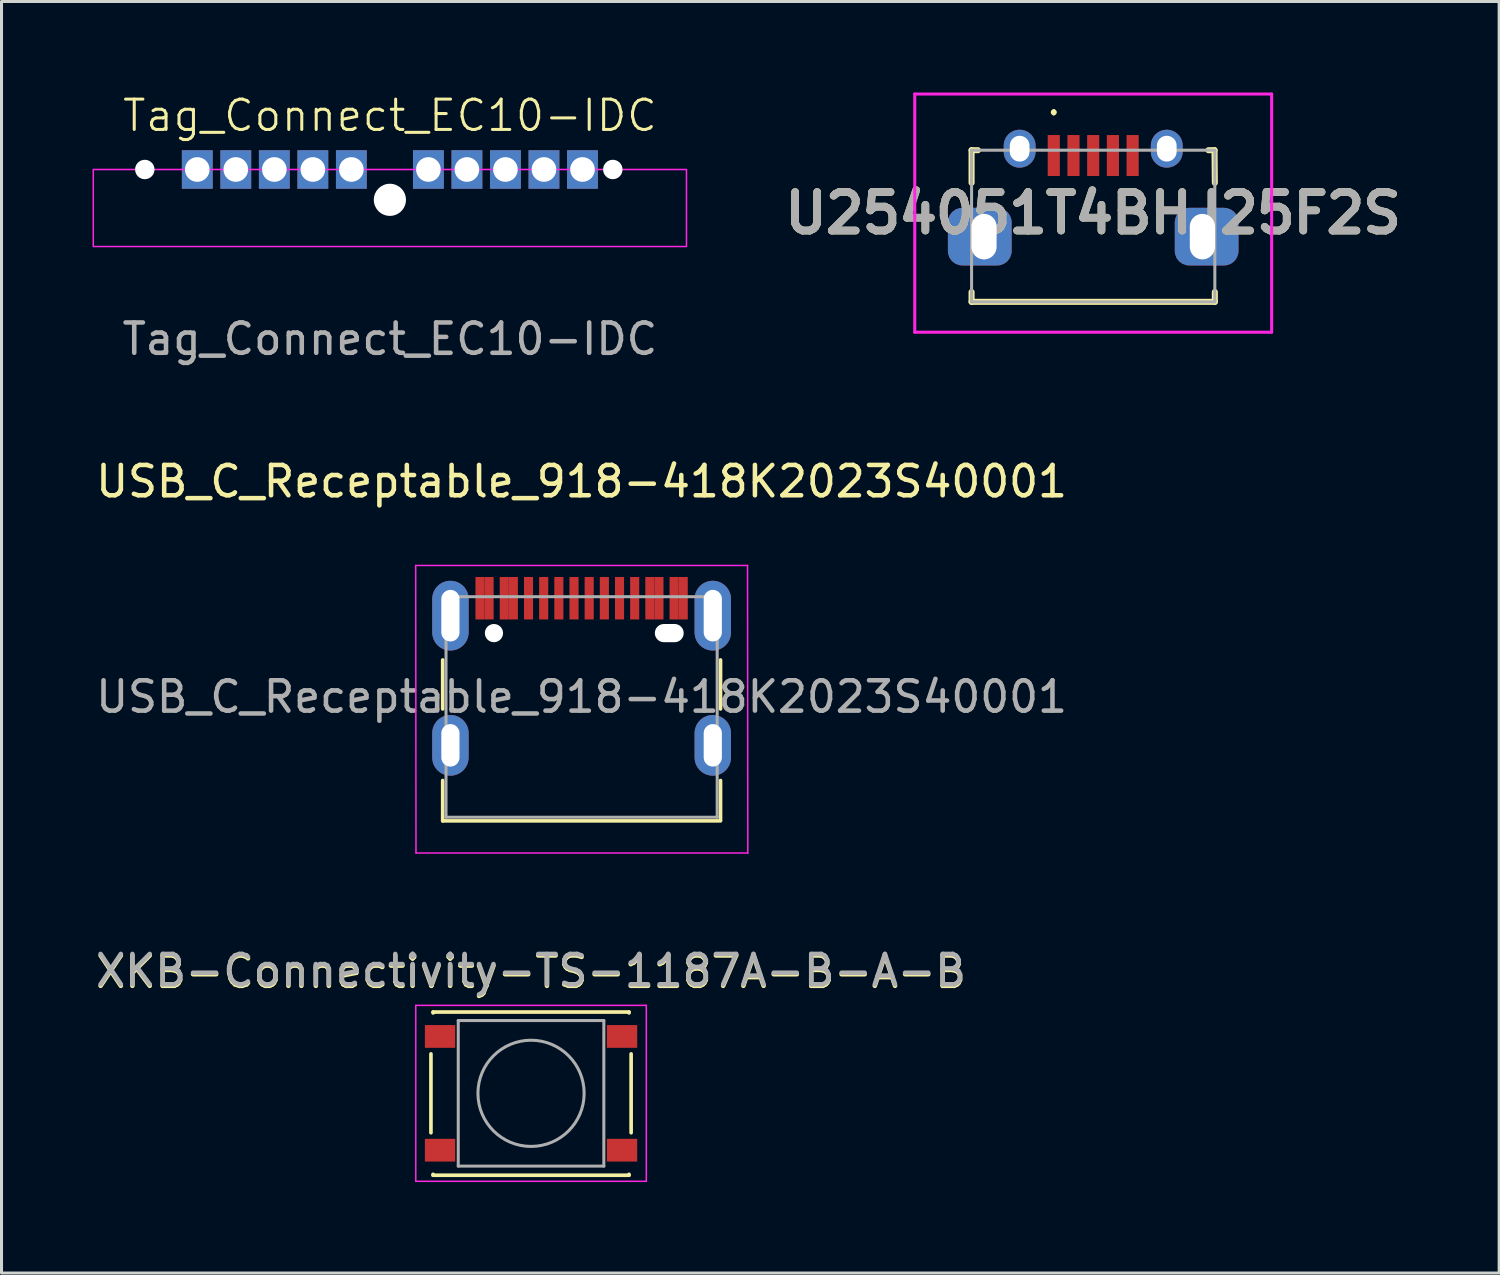
<source format=kicad_pcb>
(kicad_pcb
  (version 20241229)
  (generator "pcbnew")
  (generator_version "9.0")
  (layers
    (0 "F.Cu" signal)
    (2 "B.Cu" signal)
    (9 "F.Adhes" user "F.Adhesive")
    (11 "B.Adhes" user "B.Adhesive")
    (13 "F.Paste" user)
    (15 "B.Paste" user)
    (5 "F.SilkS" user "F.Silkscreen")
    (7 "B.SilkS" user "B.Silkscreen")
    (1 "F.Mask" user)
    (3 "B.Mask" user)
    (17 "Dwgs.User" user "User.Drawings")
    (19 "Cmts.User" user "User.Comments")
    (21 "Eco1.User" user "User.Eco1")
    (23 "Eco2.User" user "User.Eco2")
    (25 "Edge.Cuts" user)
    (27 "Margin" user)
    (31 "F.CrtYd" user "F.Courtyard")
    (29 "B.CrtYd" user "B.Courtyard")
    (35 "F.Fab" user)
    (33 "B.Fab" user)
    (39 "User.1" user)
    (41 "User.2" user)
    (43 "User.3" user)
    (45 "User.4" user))
  (footprint "USB_C_Receptable_918-418K2023S40001"
    (layer "F.Cu")
    (at 16.125 17.823)
    (property "Reference" "USB_C_Receptable_918-418K2023S40001" (at 0 -5 0) (layer "F.SilkS") (effects (font (size 1 1) (thickness 0.15))))
    (attr smd)
    (fp_line (start -4.58 0.885) (end -4.58 2.5) (stroke (width 0.12) (type solid)) (layer "F.SilkS"))
    (fp_line (start -4.58 4.86) (end -4.58 6.19) (stroke (width 0.12) (type solid)) (layer "F.SilkS"))
    (fp_line (start -4.58 6.19) (end 4.58 6.19) (stroke (width 0.12) (type solid)) (layer "F.SilkS"))
    (fp_line (start 4.58 0.885) (end 4.58 2.5) (stroke (width 0.12) (type solid)) (layer "F.SilkS"))
    (fp_line (start 4.58 4.86) (end 4.58 6.16) (stroke (width 0.12) (type solid)) (layer "F.SilkS"))
    (fp_line (start -5.47 -2.23) (end -5.46 7.25) (stroke (width 0.05) (type solid)) (layer "F.CrtYd"))
    (fp_line (start -5.47 -2.23) (end 5.47 -2.23) (stroke (width 0.05) (type solid)) (layer "F.CrtYd"))
    (fp_line (start -5.46 7.25) (end 5.48 7.25) (stroke (width 0.05) (type solid)) (layer "F.CrtYd"))
    (fp_line (start 5.47 -2.23) (end 5.48 7.25) (stroke (width 0.05) (type solid)) (layer "F.CrtYd"))
    (fp_line (start -4.47 -1.2) (end -4.47 6.07) (stroke (width 0.1) (type solid)) (layer "F.Fab"))
    (fp_line (start -4.47 -1.2) (end 4.47 -1.2) (stroke (width 0.1) (type solid)) (layer "F.Fab"))
    (fp_line (start -4.47 6.07) (end 4.47 6.07) (stroke (width 0.1) (type solid)) (layer "F.Fab"))
    (fp_line (start 4.47 -1.2) (end 4.47 6.07) (stroke (width 0.1) (type solid)) (layer "F.Fab"))
    (fp_text user "${REFERENCE}" (at 0 2.1 0) (layer "F.Fab") (effects (font (size 1 1) (thickness 0.15))))
    (pad "" np_thru_hole circle (at -2.89 0) (size 0.6 0.6) (drill 0.6) (layers "*.Cu" "*.Mask"))
    (pad "" np_thru_hole oval (at 2.89 0) (size 0.95 0.6) (drill oval 0.95 0.6) (layers "*.Cu" "*.Mask"))
    (pad "A1" smd rect (at -3.35 -1.15) (size 0.3 1.4) (layers "F.Cu" "F.Mask" "F.Paste"))
    (pad "A4" smd rect (at -2.55 -1.15) (size 0.3 1.4) (layers "F.Cu" "F.Mask" "F.Paste"))
    (pad "A5" smd rect (at -1.25 -1.15) (size 0.3 1.4) (layers "F.Cu" "F.Mask" "F.Paste"))
    (pad "A6" smd rect (at -0.25 -1.15) (size 0.3 1.4) (layers "F.Cu" "F.Mask" "F.Paste"))
    (pad "A7" smd rect (at 0.25 -1.15) (size 0.3 1.4) (layers "F.Cu" "F.Mask" "F.Paste"))
    (pad "A8" smd rect (at 1.25 -1.15) (size 0.3 1.4) (layers "F.Cu" "F.Mask" "F.Paste"))
    (pad "A9" smd rect (at 2.55 -1.15) (size 0.3 1.4) (layers "F.Cu" "F.Mask" "F.Paste"))
    (pad "A12" smd rect (at 3.35 -1.15) (size 0.3 1.4) (layers "F.Cu" "F.Mask" "F.Paste"))
    (pad "B1" smd rect (at 3.05 -1.15) (size 0.3 1.4) (layers "F.Cu" "F.Mask" "F.Paste"))
    (pad "B4" smd rect (at 2.25 -1.15) (size 0.3 1.4) (layers "F.Cu" "F.Mask" "F.Paste"))
    (pad "B5" smd rect (at 1.75 -1.15) (size 0.3 1.4) (layers "F.Cu" "F.Mask" "F.Paste"))
    (pad "B6" smd rect (at 0.75 -1.15) (size 0.3 1.4) (layers "F.Cu" "F.Mask" "F.Paste"))
    (pad "B7" smd rect (at -0.75 -1.15) (size 0.3 1.4) (layers "F.Cu" "F.Mask" "F.Paste"))
    (pad "B8" smd rect (at -1.75 -1.15) (size 0.3 1.4) (layers "F.Cu" "F.Mask" "F.Paste"))
    (pad "B9" smd rect (at -2.25 -1.15) (size 0.3 1.4) (layers "F.Cu" "F.Mask" "F.Paste"))
    (pad "B12" smd rect (at -3.05 -1.15) (size 0.3 1.4) (layers "F.Cu" "F.Mask" "F.Paste"))
    (pad "S1" thru_hole oval (at -4.325 -0.575) (size 1.2 2.3) (drill oval 0.6 1.7) (layers "*.Cu" "*.Mask"))
    (pad "S1" thru_hole oval (at -4.325 3.7) (size 1.2 2) (drill oval 0.6 1.4) (layers "*.Cu" "*.Mask"))
    (pad "S1" thru_hole oval (at 4.325 -0.575) (size 1.2 2.3) (drill oval 0.6 1.7) (layers "*.Cu" "*.Mask"))
    (pad "S1" thru_hole oval (at 4.325 3.7) (size 1.2 2) (drill oval 0.6 1.4) (layers "*.Cu" "*.Mask")))
  (footprint "XKB-Connectivity-TS-1187A-B-A-B"
    (layer "F.Cu")
    (at 14.458 32.996)
    (property "Reference" "XKB-Connectivity-TS-1187A-B-A-B" (at 0 -4 0) (layer "F.SilkS") (effects (font (size 1 1) (thickness 0.15))))
    (attr smd)
    (fp_line (start -3.3 -1.3) (end -3.3 1.3) (stroke (width 0.12) (type solid)) (layer "F.SilkS"))
    (fp_line (start -3.23 -2.68) (end 3.23 -2.68) (stroke (width 0.12) (type solid)) (layer "F.SilkS"))
    (fp_line (start -3.23 -2.65) (end -3.23 -2.68) (stroke (width 0.12) (type solid)) (layer "F.SilkS"))
    (fp_line (start -3.23 2.7) (end -3.23 2.67) (stroke (width 0.12) (type solid)) (layer "F.SilkS"))
    (fp_line (start -3.23 2.7) (end 3.23 2.7) (stroke (width 0.12) (type solid)) (layer "F.SilkS"))
    (fp_line (start 3.23 -2.68) (end 3.23 -2.65) (stroke (width 0.12) (type solid)) (layer "F.SilkS"))
    (fp_line (start 3.23 2.7) (end 3.23 2.67) (stroke (width 0.12) (type solid)) (layer "F.SilkS"))
    (fp_line (start 3.3 -1.3) (end 3.3 1.3) (stroke (width 0.12) (type solid)) (layer "F.SilkS"))
    (fp_line (start -3.8 -2.9) (end -3.8 2.9) (stroke (width 0.05) (type solid)) (layer "F.CrtYd"))
    (fp_line (start -3.8 -2.9) (end 3.8 -2.9) (stroke (width 0.05) (type solid)) (layer "F.CrtYd"))
    (fp_line (start -3.8 2.9) (end 3.8 2.9) (stroke (width 0.05) (type solid)) (layer "F.CrtYd"))
    (fp_line (start 3.8 2.9) (end 3.8 -2.9) (stroke (width 0.05) (type solid)) (layer "F.CrtYd"))
    (fp_line (start -2.4 -2.4) (end -2.4 2.4) (stroke (width 0.1) (type solid)) (layer "F.Fab"))
    (fp_line (start -2.4 2.4) (end 2.4 2.4) (stroke (width 0.1) (type solid)) (layer "F.Fab"))
    (fp_line (start 2.4 -2.4) (end -2.4 -2.4) (stroke (width 0.1) (type solid)) (layer "F.Fab"))
    (fp_line (start 2.4 2.4) (end 2.4 -2.4) (stroke (width 0.1) (type solid)) (layer "F.Fab"))
    (fp_circle (center 0 0) (end 1.75 -0.05) (stroke (width 0.1) (type solid)) (fill no) (layer "F.Fab"))
    (fp_text user "${REFERENCE}" (at 0 -4.05 0) (layer "F.Fab") (effects (font (size 1 1) (thickness 0.15))))
    (pad "1" smd rect (at -3 -1.875) (size 1 0.75) (layers "F.Cu" "F.Mask" "F.Paste"))
    (pad "1" smd rect (at 3 -1.875) (size 1 0.75) (layers "F.Cu" "F.Mask" "F.Paste"))
    (pad "2" smd rect (at -3 1.875) (size 1 0.75) (layers "F.Cu" "F.Mask" "F.Paste"))
    (pad "2" smd rect (at 3 1.875) (size 1 0.75) (layers "F.Cu" "F.Mask" "F.Paste")))
  (footprint "Tag_Connect_EC10-IDC"
    (layer "F.Cu")
    (at 9.804 2.538)
    (property "Reference" "Tag_Connect_EC10-IDC" (at 0 -1.778 0) (unlocked yes) (layer "F.SilkS") (effects (font (size 1 1) (thickness 0.1))))
    (attr through_hole exclude_from_pos_files exclude_from_bom)
    (fp_rect (start -9.779 0) (end 9.779 2.54) (stroke (width 0.05) (type default)) (fill no) (layer "F.CrtYd"))
    (fp_text user "${REFERENCE}" (at 0 5.588 0) (unlocked yes) (layer "F.Fab") (effects (font (size 1 1) (thickness 0.15))))
    (pad "" np_thru_hole circle (at -8.08 0) (size 0.64 0.64) (drill 0.64) (layers "*.Cu" "*.Mask"))
    (pad "" np_thru_hole circle (at 0 1) (size 1.06 1.06) (drill 1.06) (layers "*.Cu"))
    (pad "" np_thru_hole circle (at 7.35 0) (size 0.64 0.64) (drill 0.64) (layers "*.Cu"))
    (pad "1" thru_hole rect (at -6.35 0) (size 1.016 1.27) (drill 0.813) (property pad_prop_castellated) (layers "*.Cu" "*.Mask"))
    (pad "2" thru_hole rect (at -5.08 0) (size 1.016 1.27) (drill 0.813) (property pad_prop_castellated) (layers "*.Cu" "*.Mask"))
    (pad "3" thru_hole rect (at -3.81 0) (size 1.016 1.27) (drill 0.813) (property pad_prop_castellated) (layers "*.Cu" "*.Mask"))
    (pad "4" thru_hole rect (at -2.54 0) (size 1.016 1.27) (drill 0.813) (property pad_prop_castellated) (layers "*.Cu" "*.Mask"))
    (pad "5" thru_hole rect (at -1.27 0) (size 1.016 1.27) (drill 0.813) (property pad_prop_castellated) (layers "*.Cu" "*.Mask"))
    (pad "6" thru_hole rect (at 1.27 0) (size 1.016 1.27) (drill 0.813) (property pad_prop_castellated) (layers "*.Cu" "*.Mask"))
    (pad "7" thru_hole rect (at 2.54 0) (size 1.016 1.27) (drill 0.813) (property pad_prop_castellated) (layers "*.Cu" "*.Mask"))
    (pad "8" thru_hole rect (at 3.81 0) (size 1.016 1.27) (drill 0.813) (property pad_prop_castellated) (layers "*.Cu" "*.Mask"))
    (pad "9" thru_hole rect (at 5.08 0) (size 1.016 1.27) (drill 0.813) (property pad_prop_castellated) (layers "*.Cu" "*.Mask"))
    (pad "10" thru_hole rect (at 6.35 0) (size 1.016 1.27) (drill 0.813) (property pad_prop_castellated) (layers "*.Cu" "*.Mask")))
  (footprint "U254051T4BHJ25F2S"
    (layer "F.Cu")
    (at 32.992 4.402)
    (property "Reference" "U254051T4BHJ25F2S" (at 0 -0.426 0) (layer "F.SilkS") (effects (font (size 1.27 1.27) (thickness 0.254))))
    (attr through_hole)
    (fp_line (start -4.01 -2.5) (end -3.8 -2.5) (stroke (width 0.2) (type solid)) (layer "F.SilkS"))
    (fp_line (start -4.01 -1.425) (end -4.01 -2.5) (stroke (width 0.2) (type solid)) (layer "F.SilkS"))
    (fp_line (start -4.01 2.175) (end -4.01 2.5) (stroke (width 0.2) (type solid)) (layer "F.SilkS"))
    (fp_line (start -4.01 2.5) (end 4.01 2.5) (stroke (width 0.2) (type solid)) (layer "F.SilkS"))
    (fp_line (start -1.3 -3.8) (end -1.3 -3.8) (stroke (width 0.1) (type solid)) (layer "F.SilkS"))
    (fp_line (start -1.3 -3.7) (end -1.3 -3.7) (stroke (width 0.1) (type solid)) (layer "F.SilkS"))
    (fp_line (start 3.8 -2.5) (end 4 -2.5) (stroke (width 0.2) (type solid)) (layer "F.SilkS"))
    (fp_line (start 4 -2.5) (end 4.01 -1.425) (stroke (width 0.2) (type solid)) (layer "F.SilkS"))
    (fp_line (start 4.01 2.5) (end 4.01 2.175) (stroke (width 0.2) (type solid)) (layer "F.SilkS"))
    (fp_arc (start -1.3 -3.8) (mid -1.25 -3.75) (end -1.3 -3.7) (stroke (width 0.1) (type solid)) (layer "F.SilkS"))
    (fp_arc (start -1.3 -3.7) (mid -1.35 -3.75) (end -1.3 -3.8) (stroke (width 0.1) (type solid)) (layer "F.SilkS"))
    (fp_line (start -5.883 -4.352) (end 5.883 -4.352) (stroke (width 0.1) (type solid)) (layer "F.CrtYd"))
    (fp_line (start -5.883 3.5) (end -5.883 -4.352) (stroke (width 0.1) (type solid)) (layer "F.CrtYd"))
    (fp_line (start 5.883 -4.352) (end 5.883 3.5) (stroke (width 0.1) (type solid)) (layer "F.CrtYd"))
    (fp_line (start 5.883 3.5) (end -5.883 3.5) (stroke (width 0.1) (type solid)) (layer "F.CrtYd"))
    (fp_line (start -4.01 -2.5) (end -4.01 2.5) (stroke (width 0.1) (type solid)) (layer "F.Fab"))
    (fp_line (start -4.01 2.5) (end 4.01 2.5) (stroke (width 0.1) (type solid)) (layer "F.Fab"))
    (fp_line (start 4.01 -2.5) (end -4.01 -2.5) (stroke (width 0.1) (type solid)) (layer "F.Fab"))
    (fp_line (start 4.01 2.5) (end 4.01 -2.5) (stroke (width 0.1) (type solid)) (layer "F.Fab"))
    (fp_text user "${REFERENCE}" (at 0 -0.426 0) (layer "F.Fab") (effects (font (size 1.27 1.27) (thickness 0.254))))
    (pad "1" smd rect (at -1.3 -2.325) (size 0.4 1.35) (layers "F.Cu" "F.Mask" "F.Paste"))
    (pad "2" smd rect (at -0.65 -2.325) (size 0.4 1.35) (layers "F.Cu" "F.Mask" "F.Paste"))
    (pad "3" smd rect (at 0 -2.325) (size 0.4 1.35) (layers "F.Cu" "F.Mask" "F.Paste"))
    (pad "4" smd rect (at 0.65 -2.325) (size 0.4 1.35) (layers "F.Cu" "F.Mask" "F.Paste"))
    (pad "5" smd rect (at 1.3 -2.325) (size 0.4 1.35) (layers "F.Cu" "F.Mask" "F.Paste"))
    (pad "6" thru_hole roundrect (at -3.6 0.35) (size 2.1 1.9) (drill oval 0.83 1.5 (offset -0.14 0)) (layers "*.Cu" "*.Mask") (roundrect_rratio 0.25))
    (pad "6" thru_hole oval (at -2.425 -2.55) (size 1.05 1.25) (drill oval 0.65 0.85) (layers "*.Cu" "*.Mask"))
    (pad "6" thru_hole oval (at 2.425 -2.55) (size 1.05 1.25) (drill oval 0.65 0.85) (layers "*.Cu" "*.Mask"))
    (pad "6" thru_hole roundrect (at 3.6 0.35) (size 2.1 1.9) (drill oval 0.83 1.5 (offset 0.14 0)) (layers "*.Cu" "*.Mask") (roundrect_rratio 0.25)))
  (gr_rect
    (start -3 -3)
    (end 46.376 38.921)
    (stroke (width 0.1) (type default))
    (fill no)
    (layer "Edge.Cuts")))
</source>
